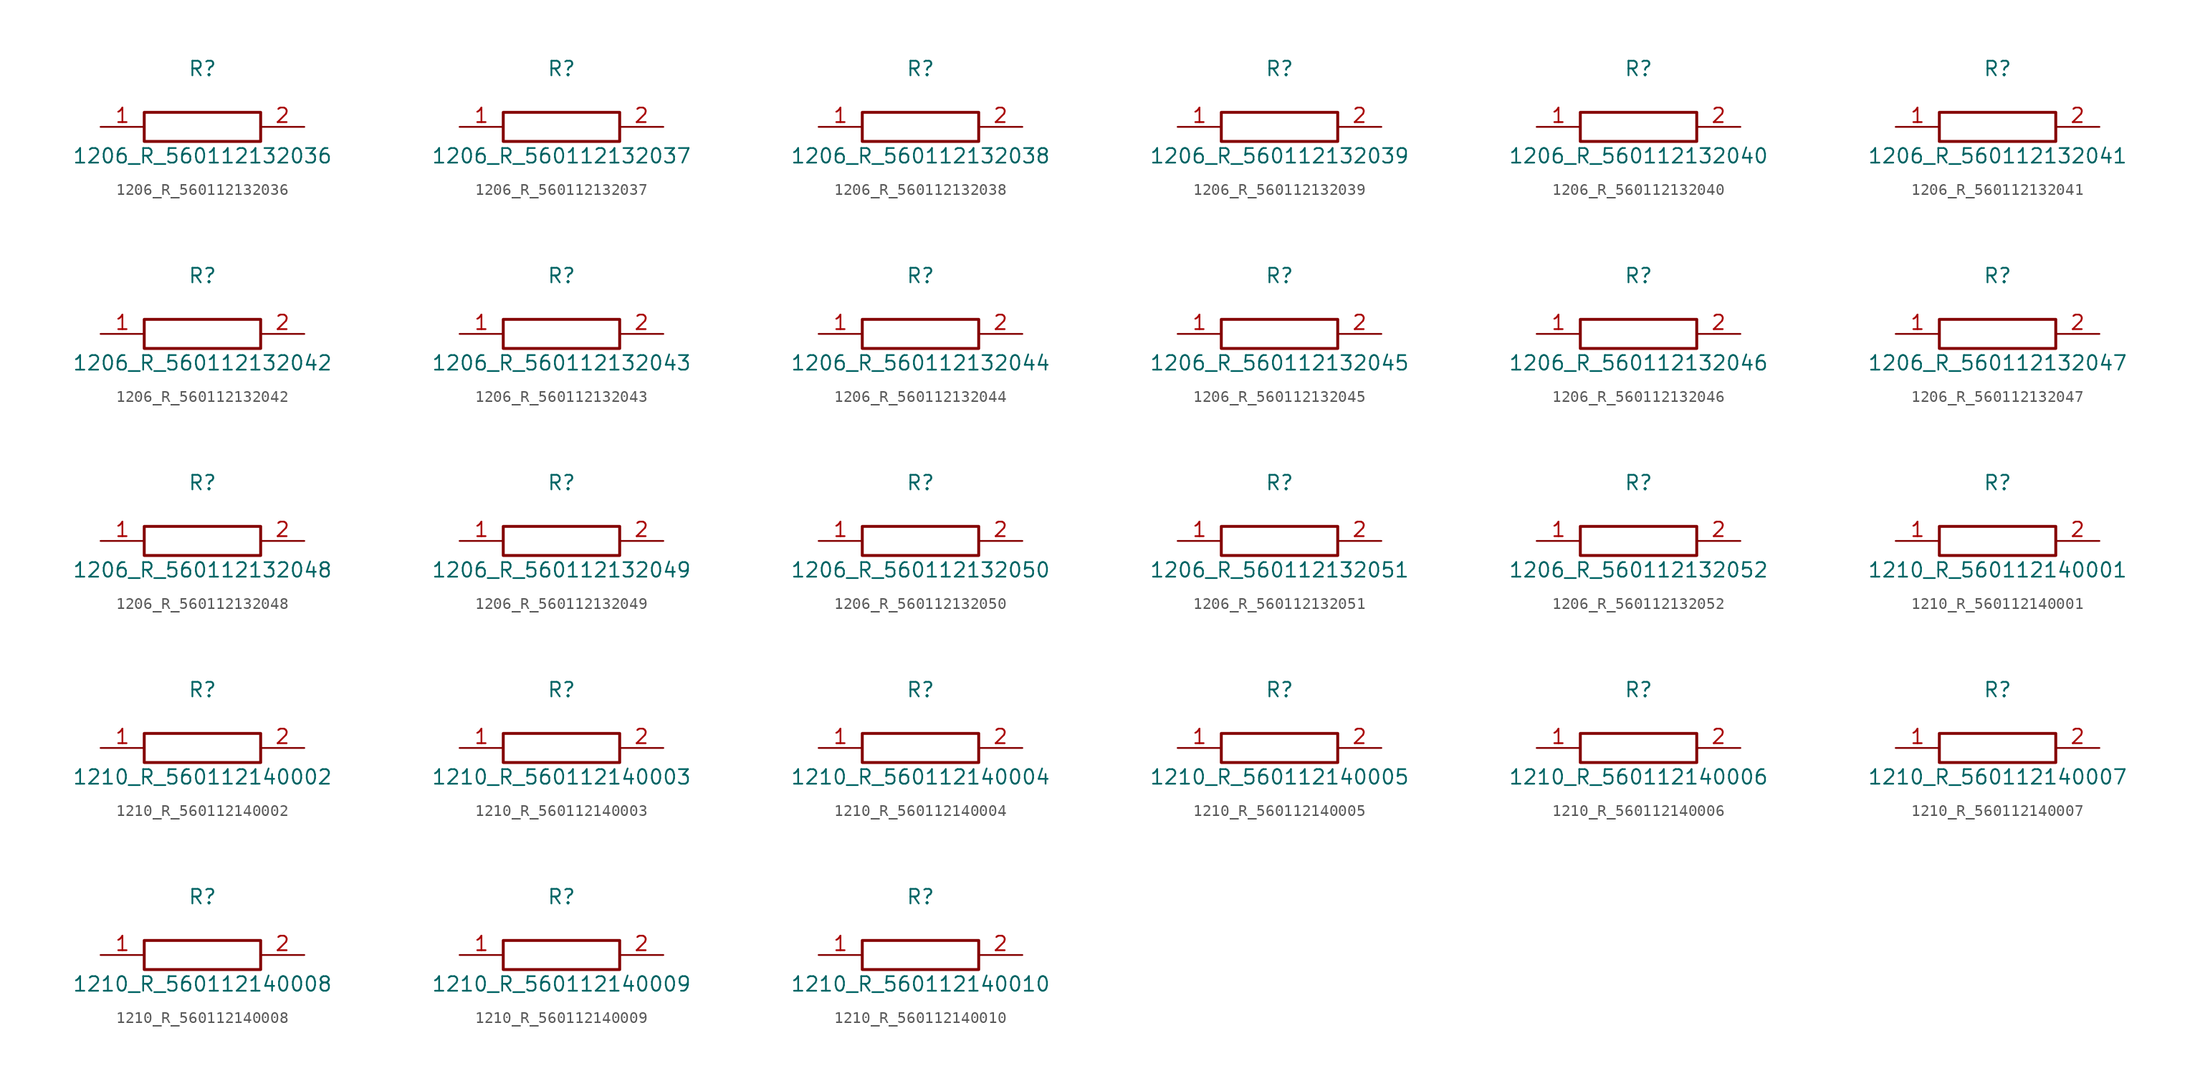
<source format=kicad_sym>
(kicad_symbol_lib
  (version 20211014)
  (generator kicad_symbol_editor)
  (symbol "Resistor_Wurth_WRIS-RSKS:1206_R_560112132036"
    (pin_names hide)
    (property "Reference" "R"
      (at 0 5.08 0)
      (effects (font (size 1.27 1.27))))
    (property "Value" "1206_R_560112132036"
      (at 0 -2.54 0)
      (effects (font (size 1.27 1.27))))
    (symbol "1206_R_560112132036_0_1"
      (rectangle (start -5.08 1.27) (end 5.08 -1.27) (stroke (width 0.254) (type solid)) (fill (type none)))
      (pin passive line (at -8.89 0 0) (length 3.81) (name "1" (effects (font (size 1.27 1.27)))) (number "1" (effects (font (size 1.27 1.27)))))
      (pin passive line (at 8.89 0 180) (length 3.81) (name "2" (effects (font (size 1.27 1.27)))) (number "2" (effects (font (size 1.27 1.27)))))))
  (symbol "Resistor_Wurth_WRIS-RSKS:1206_R_560112132037"
    (pin_names hide)
    (property "Reference" "R"
      (at 0 5.08 0)
      (effects (font (size 1.27 1.27))))
    (property "Value" "1206_R_560112132037"
      (at 0 -2.54 0)
      (effects (font (size 1.27 1.27))))
    (symbol "1206_R_560112132037_0_1"
      (rectangle (start -5.08 1.27) (end 5.08 -1.27) (stroke (width 0.254) (type solid)) (fill (type none)))
      (pin passive line (at -8.89 0 0) (length 3.81) (name "1" (effects (font (size 1.27 1.27)))) (number "1" (effects (font (size 1.27 1.27)))))
      (pin passive line (at 8.89 0 180) (length 3.81) (name "2" (effects (font (size 1.27 1.27)))) (number "2" (effects (font (size 1.27 1.27)))))))
  (symbol "Resistor_Wurth_WRIS-RSKS:1206_R_560112132038"
    (pin_names hide)
    (property "Reference" "R"
      (at 0 5.08 0)
      (effects (font (size 1.27 1.27))))
    (property "Value" "1206_R_560112132038"
      (at 0 -2.54 0)
      (effects (font (size 1.27 1.27))))
    (symbol "1206_R_560112132038_0_1"
      (rectangle (start -5.08 1.27) (end 5.08 -1.27) (stroke (width 0.254) (type solid)) (fill (type none)))
      (pin passive line (at -8.89 0 0) (length 3.81) (name "1" (effects (font (size 1.27 1.27)))) (number "1" (effects (font (size 1.27 1.27)))))
      (pin passive line (at 8.89 0 180) (length 3.81) (name "2" (effects (font (size 1.27 1.27)))) (number "2" (effects (font (size 1.27 1.27)))))))
  (symbol "Resistor_Wurth_WRIS-RSKS:1206_R_560112132039"
    (pin_names hide)
    (property "Reference" "R"
      (at 0 5.08 0)
      (effects (font (size 1.27 1.27))))
    (property "Value" "1206_R_560112132039"
      (at 0 -2.54 0)
      (effects (font (size 1.27 1.27))))
    (symbol "1206_R_560112132039_0_1"
      (rectangle (start -5.08 1.27) (end 5.08 -1.27) (stroke (width 0.254) (type solid)) (fill (type none)))
      (pin passive line (at -8.89 0 0) (length 3.81) (name "1" (effects (font (size 1.27 1.27)))) (number "1" (effects (font (size 1.27 1.27)))))
      (pin passive line (at 8.89 0 180) (length 3.81) (name "2" (effects (font (size 1.27 1.27)))) (number "2" (effects (font (size 1.27 1.27)))))))
  (symbol "Resistor_Wurth_WRIS-RSKS:1206_R_560112132040"
    (pin_names hide)
    (property "Reference" "R"
      (at 0 5.08 0)
      (effects (font (size 1.27 1.27))))
    (property "Value" "1206_R_560112132040"
      (at 0 -2.54 0)
      (effects (font (size 1.27 1.27))))
    (symbol "1206_R_560112132040_0_1"
      (rectangle (start -5.08 1.27) (end 5.08 -1.27) (stroke (width 0.254) (type solid)) (fill (type none)))
      (pin passive line (at -8.89 0 0) (length 3.81) (name "1" (effects (font (size 1.27 1.27)))) (number "1" (effects (font (size 1.27 1.27)))))
      (pin passive line (at 8.89 0 180) (length 3.81) (name "2" (effects (font (size 1.27 1.27)))) (number "2" (effects (font (size 1.27 1.27)))))))
  (symbol "Resistor_Wurth_WRIS-RSKS:1206_R_560112132041"
    (pin_names hide)
    (property "Reference" "R"
      (at 0 5.08 0)
      (effects (font (size 1.27 1.27))))
    (property "Value" "1206_R_560112132041"
      (at 0 -2.54 0)
      (effects (font (size 1.27 1.27))))
    (symbol "1206_R_560112132041_0_1"
      (rectangle (start -5.08 1.27) (end 5.08 -1.27) (stroke (width 0.254) (type solid)) (fill (type none)))
      (pin passive line (at -8.89 0 0) (length 3.81) (name "1" (effects (font (size 1.27 1.27)))) (number "1" (effects (font (size 1.27 1.27)))))
      (pin passive line (at 8.89 0 180) (length 3.81) (name "2" (effects (font (size 1.27 1.27)))) (number "2" (effects (font (size 1.27 1.27)))))))
  (symbol "Resistor_Wurth_WRIS-RSKS:1206_R_560112132042"
    (pin_names hide)
    (property "Reference" "R"
      (at 0 5.08 0)
      (effects (font (size 1.27 1.27))))
    (property "Value" "1206_R_560112132042"
      (at 0 -2.54 0)
      (effects (font (size 1.27 1.27))))
    (symbol "1206_R_560112132042_0_1"
      (rectangle (start -5.08 1.27) (end 5.08 -1.27) (stroke (width 0.254) (type solid)) (fill (type none)))
      (pin passive line (at -8.89 0 0) (length 3.81) (name "1" (effects (font (size 1.27 1.27)))) (number "1" (effects (font (size 1.27 1.27)))))
      (pin passive line (at 8.89 0 180) (length 3.81) (name "2" (effects (font (size 1.27 1.27)))) (number "2" (effects (font (size 1.27 1.27)))))))
  (symbol "Resistor_Wurth_WRIS-RSKS:1206_R_560112132043"
    (pin_names hide)
    (property "Reference" "R"
      (at 0 5.08 0)
      (effects (font (size 1.27 1.27))))
    (property "Value" "1206_R_560112132043"
      (at 0 -2.54 0)
      (effects (font (size 1.27 1.27))))
    (symbol "1206_R_560112132043_0_1"
      (rectangle (start -5.08 1.27) (end 5.08 -1.27) (stroke (width 0.254) (type solid)) (fill (type none)))
      (pin passive line (at -8.89 0 0) (length 3.81) (name "1" (effects (font (size 1.27 1.27)))) (number "1" (effects (font (size 1.27 1.27)))))
      (pin passive line (at 8.89 0 180) (length 3.81) (name "2" (effects (font (size 1.27 1.27)))) (number "2" (effects (font (size 1.27 1.27)))))))
  (symbol "Resistor_Wurth_WRIS-RSKS:1206_R_560112132044"
    (pin_names hide)
    (property "Reference" "R"
      (at 0 5.08 0)
      (effects (font (size 1.27 1.27))))
    (property "Value" "1206_R_560112132044"
      (at 0 -2.54 0)
      (effects (font (size 1.27 1.27))))
    (symbol "1206_R_560112132044_0_1"
      (rectangle (start -5.08 1.27) (end 5.08 -1.27) (stroke (width 0.254) (type solid)) (fill (type none)))
      (pin passive line (at -8.89 0 0) (length 3.81) (name "1" (effects (font (size 1.27 1.27)))) (number "1" (effects (font (size 1.27 1.27)))))
      (pin passive line (at 8.89 0 180) (length 3.81) (name "2" (effects (font (size 1.27 1.27)))) (number "2" (effects (font (size 1.27 1.27)))))))
  (symbol "Resistor_Wurth_WRIS-RSKS:1206_R_560112132045"
    (pin_names hide)
    (property "Reference" "R"
      (at 0 5.08 0)
      (effects (font (size 1.27 1.27))))
    (property "Value" "1206_R_560112132045"
      (at 0 -2.54 0)
      (effects (font (size 1.27 1.27))))
    (symbol "1206_R_560112132045_0_1"
      (rectangle (start -5.08 1.27) (end 5.08 -1.27) (stroke (width 0.254) (type solid)) (fill (type none)))
      (pin passive line (at -8.89 0 0) (length 3.81) (name "1" (effects (font (size 1.27 1.27)))) (number "1" (effects (font (size 1.27 1.27)))))
      (pin passive line (at 8.89 0 180) (length 3.81) (name "2" (effects (font (size 1.27 1.27)))) (number "2" (effects (font (size 1.27 1.27)))))))
  (symbol "Resistor_Wurth_WRIS-RSKS:1206_R_560112132046"
    (pin_names hide)
    (property "Reference" "R"
      (at 0 5.08 0)
      (effects (font (size 1.27 1.27))))
    (property "Value" "1206_R_560112132046"
      (at 0 -2.54 0)
      (effects (font (size 1.27 1.27))))
    (symbol "1206_R_560112132046_0_1"
      (rectangle (start -5.08 1.27) (end 5.08 -1.27) (stroke (width 0.254) (type solid)) (fill (type none)))
      (pin passive line (at -8.89 0 0) (length 3.81) (name "1" (effects (font (size 1.27 1.27)))) (number "1" (effects (font (size 1.27 1.27)))))
      (pin passive line (at 8.89 0 180) (length 3.81) (name "2" (effects (font (size 1.27 1.27)))) (number "2" (effects (font (size 1.27 1.27)))))))
  (symbol "Resistor_Wurth_WRIS-RSKS:1206_R_560112132047"
    (pin_names hide)
    (property "Reference" "R"
      (at 0 5.08 0)
      (effects (font (size 1.27 1.27))))
    (property "Value" "1206_R_560112132047"
      (at 0 -2.54 0)
      (effects (font (size 1.27 1.27))))
    (symbol "1206_R_560112132047_0_1"
      (rectangle (start -5.08 1.27) (end 5.08 -1.27) (stroke (width 0.254) (type solid)) (fill (type none)))
      (pin passive line (at -8.89 0 0) (length 3.81) (name "1" (effects (font (size 1.27 1.27)))) (number "1" (effects (font (size 1.27 1.27)))))
      (pin passive line (at 8.89 0 180) (length 3.81) (name "2" (effects (font (size 1.27 1.27)))) (number "2" (effects (font (size 1.27 1.27)))))))
  (symbol "Resistor_Wurth_WRIS-RSKS:1206_R_560112132048"
    (pin_names hide)
    (property "Reference" "R"
      (at 0 5.08 0)
      (effects (font (size 1.27 1.27))))
    (property "Value" "1206_R_560112132048"
      (at 0 -2.54 0)
      (effects (font (size 1.27 1.27))))
    (symbol "1206_R_560112132048_0_1"
      (rectangle (start -5.08 1.27) (end 5.08 -1.27) (stroke (width 0.254) (type solid)) (fill (type none)))
      (pin passive line (at -8.89 0 0) (length 3.81) (name "1" (effects (font (size 1.27 1.27)))) (number "1" (effects (font (size 1.27 1.27)))))
      (pin passive line (at 8.89 0 180) (length 3.81) (name "2" (effects (font (size 1.27 1.27)))) (number "2" (effects (font (size 1.27 1.27)))))))
  (symbol "Resistor_Wurth_WRIS-RSKS:1206_R_560112132049"
    (pin_names hide)
    (property "Reference" "R"
      (at 0 5.08 0)
      (effects (font (size 1.27 1.27))))
    (property "Value" "1206_R_560112132049"
      (at 0 -2.54 0)
      (effects (font (size 1.27 1.27))))
    (symbol "1206_R_560112132049_0_1"
      (rectangle (start -5.08 1.27) (end 5.08 -1.27) (stroke (width 0.254) (type solid)) (fill (type none)))
      (pin passive line (at -8.89 0 0) (length 3.81) (name "1" (effects (font (size 1.27 1.27)))) (number "1" (effects (font (size 1.27 1.27)))))
      (pin passive line (at 8.89 0 180) (length 3.81) (name "2" (effects (font (size 1.27 1.27)))) (number "2" (effects (font (size 1.27 1.27)))))))
  (symbol "Resistor_Wurth_WRIS-RSKS:1206_R_560112132050"
    (pin_names hide)
    (property "Reference" "R"
      (at 0 5.08 0)
      (effects (font (size 1.27 1.27))))
    (property "Value" "1206_R_560112132050"
      (at 0 -2.54 0)
      (effects (font (size 1.27 1.27))))
    (symbol "1206_R_560112132050_0_1"
      (rectangle (start -5.08 1.27) (end 5.08 -1.27) (stroke (width 0.254) (type solid)) (fill (type none)))
      (pin passive line (at -8.89 0 0) (length 3.81) (name "1" (effects (font (size 1.27 1.27)))) (number "1" (effects (font (size 1.27 1.27)))))
      (pin passive line (at 8.89 0 180) (length 3.81) (name "2" (effects (font (size 1.27 1.27)))) (number "2" (effects (font (size 1.27 1.27)))))))
  (symbol "Resistor_Wurth_WRIS-RSKS:1206_R_560112132051"
    (pin_names hide)
    (property "Reference" "R"
      (at 0 5.08 0)
      (effects (font (size 1.27 1.27))))
    (property "Value" "1206_R_560112132051"
      (at 0 -2.54 0)
      (effects (font (size 1.27 1.27))))
    (symbol "1206_R_560112132051_0_1"
      (rectangle (start -5.08 1.27) (end 5.08 -1.27) (stroke (width 0.254) (type solid)) (fill (type none)))
      (pin passive line (at -8.89 0 0) (length 3.81) (name "1" (effects (font (size 1.27 1.27)))) (number "1" (effects (font (size 1.27 1.27)))))
      (pin passive line (at 8.89 0 180) (length 3.81) (name "2" (effects (font (size 1.27 1.27)))) (number "2" (effects (font (size 1.27 1.27)))))))
  (symbol "Resistor_Wurth_WRIS-RSKS:1206_R_560112132052"
    (pin_names hide)
    (property "Reference" "R"
      (at 0 5.08 0)
      (effects (font (size 1.27 1.27))))
    (property "Value" "1206_R_560112132052"
      (at 0 -2.54 0)
      (effects (font (size 1.27 1.27))))
    (symbol "1206_R_560112132052_0_1"
      (rectangle (start -5.08 1.27) (end 5.08 -1.27) (stroke (width 0.254) (type solid)) (fill (type none)))
      (pin passive line (at -8.89 0 0) (length 3.81) (name "1" (effects (font (size 1.27 1.27)))) (number "1" (effects (font (size 1.27 1.27)))))
      (pin passive line (at 8.89 0 180) (length 3.81) (name "2" (effects (font (size 1.27 1.27)))) (number "2" (effects (font (size 1.27 1.27)))))))
  (symbol "Resistor_Wurth_WRIS-RSKS:1210_R_560112140001"
    (pin_names hide)
    (property "Reference" "R"
      (at 0 5.08 0)
      (effects (font (size 1.27 1.27))))
    (property "Value" "1210_R_560112140001"
      (at 0 -2.54 0)
      (effects (font (size 1.27 1.27))))
    (symbol "1210_R_560112140001_0_1"
      (rectangle (start -5.08 1.27) (end 5.08 -1.27) (stroke (width 0.254) (type solid)) (fill (type none)))
      (pin passive line (at -8.89 0 0) (length 3.81) (name "1" (effects (font (size 1.27 1.27)))) (number "1" (effects (font (size 1.27 1.27)))))
      (pin passive line (at 8.89 0 180) (length 3.81) (name "2" (effects (font (size 1.27 1.27)))) (number "2" (effects (font (size 1.27 1.27)))))))
  (symbol "Resistor_Wurth_WRIS-RSKS:1210_R_560112140002"
    (pin_names hide)
    (property "Reference" "R"
      (at 0 5.08 0)
      (effects (font (size 1.27 1.27))))
    (property "Value" "1210_R_560112140002"
      (at 0 -2.54 0)
      (effects (font (size 1.27 1.27))))
    (symbol "1210_R_560112140002_0_1"
      (rectangle (start -5.08 1.27) (end 5.08 -1.27) (stroke (width 0.254) (type solid)) (fill (type none)))
      (pin passive line (at -8.89 0 0) (length 3.81) (name "1" (effects (font (size 1.27 1.27)))) (number "1" (effects (font (size 1.27 1.27)))))
      (pin passive line (at 8.89 0 180) (length 3.81) (name "2" (effects (font (size 1.27 1.27)))) (number "2" (effects (font (size 1.27 1.27)))))))
  (symbol "Resistor_Wurth_WRIS-RSKS:1210_R_560112140003"
    (pin_names hide)
    (property "Reference" "R"
      (at 0 5.08 0)
      (effects (font (size 1.27 1.27))))
    (property "Value" "1210_R_560112140003"
      (at 0 -2.54 0)
      (effects (font (size 1.27 1.27))))
    (symbol "1210_R_560112140003_0_1"
      (rectangle (start -5.08 1.27) (end 5.08 -1.27) (stroke (width 0.254) (type solid)) (fill (type none)))
      (pin passive line (at -8.89 0 0) (length 3.81) (name "1" (effects (font (size 1.27 1.27)))) (number "1" (effects (font (size 1.27 1.27)))))
      (pin passive line (at 8.89 0 180) (length 3.81) (name "2" (effects (font (size 1.27 1.27)))) (number "2" (effects (font (size 1.27 1.27)))))))
  (symbol "Resistor_Wurth_WRIS-RSKS:1210_R_560112140004"
    (pin_names hide)
    (property "Reference" "R"
      (at 0 5.08 0)
      (effects (font (size 1.27 1.27))))
    (property "Value" "1210_R_560112140004"
      (at 0 -2.54 0)
      (effects (font (size 1.27 1.27))))
    (symbol "1210_R_560112140004_0_1"
      (rectangle (start -5.08 1.27) (end 5.08 -1.27) (stroke (width 0.254) (type solid)) (fill (type none)))
      (pin passive line (at -8.89 0 0) (length 3.81) (name "1" (effects (font (size 1.27 1.27)))) (number "1" (effects (font (size 1.27 1.27)))))
      (pin passive line (at 8.89 0 180) (length 3.81) (name "2" (effects (font (size 1.27 1.27)))) (number "2" (effects (font (size 1.27 1.27)))))))
  (symbol "Resistor_Wurth_WRIS-RSKS:1210_R_560112140005"
    (pin_names hide)
    (property "Reference" "R"
      (at 0 5.08 0)
      (effects (font (size 1.27 1.27))))
    (property "Value" "1210_R_560112140005"
      (at 0 -2.54 0)
      (effects (font (size 1.27 1.27))))
    (symbol "1210_R_560112140005_0_1"
      (rectangle (start -5.08 1.27) (end 5.08 -1.27) (stroke (width 0.254) (type solid)) (fill (type none)))
      (pin passive line (at -8.89 0 0) (length 3.81) (name "1" (effects (font (size 1.27 1.27)))) (number "1" (effects (font (size 1.27 1.27)))))
      (pin passive line (at 8.89 0 180) (length 3.81) (name "2" (effects (font (size 1.27 1.27)))) (number "2" (effects (font (size 1.27 1.27)))))))
  (symbol "Resistor_Wurth_WRIS-RSKS:1210_R_560112140006"
    (pin_names hide)
    (property "Reference" "R"
      (at 0 5.08 0)
      (effects (font (size 1.27 1.27))))
    (property "Value" "1210_R_560112140006"
      (at 0 -2.54 0)
      (effects (font (size 1.27 1.27))))
    (symbol "1210_R_560112140006_0_1"
      (rectangle (start -5.08 1.27) (end 5.08 -1.27) (stroke (width 0.254) (type solid)) (fill (type none)))
      (pin passive line (at -8.89 0 0) (length 3.81) (name "1" (effects (font (size 1.27 1.27)))) (number "1" (effects (font (size 1.27 1.27)))))
      (pin passive line (at 8.89 0 180) (length 3.81) (name "2" (effects (font (size 1.27 1.27)))) (number "2" (effects (font (size 1.27 1.27)))))))
  (symbol "Resistor_Wurth_WRIS-RSKS:1210_R_560112140007"
    (pin_names hide)
    (property "Reference" "R"
      (at 0 5.08 0)
      (effects (font (size 1.27 1.27))))
    (property "Value" "1210_R_560112140007"
      (at 0 -2.54 0)
      (effects (font (size 1.27 1.27))))
    (symbol "1210_R_560112140007_0_1"
      (rectangle (start -5.08 1.27) (end 5.08 -1.27) (stroke (width 0.254) (type solid)) (fill (type none)))
      (pin passive line (at -8.89 0 0) (length 3.81) (name "1" (effects (font (size 1.27 1.27)))) (number "1" (effects (font (size 1.27 1.27)))))
      (pin passive line (at 8.89 0 180) (length 3.81) (name "2" (effects (font (size 1.27 1.27)))) (number "2" (effects (font (size 1.27 1.27)))))))
  (symbol "Resistor_Wurth_WRIS-RSKS:1210_R_560112140008"
    (pin_names hide)
    (property "Reference" "R"
      (at 0 5.08 0)
      (effects (font (size 1.27 1.27))))
    (property "Value" "1210_R_560112140008"
      (at 0 -2.54 0)
      (effects (font (size 1.27 1.27))))
    (symbol "1210_R_560112140008_0_1"
      (rectangle (start -5.08 1.27) (end 5.08 -1.27) (stroke (width 0.254) (type solid)) (fill (type none)))
      (pin passive line (at -8.89 0 0) (length 3.81) (name "1" (effects (font (size 1.27 1.27)))) (number "1" (effects (font (size 1.27 1.27)))))
      (pin passive line (at 8.89 0 180) (length 3.81) (name "2" (effects (font (size 1.27 1.27)))) (number "2" (effects (font (size 1.27 1.27)))))))
  (symbol "Resistor_Wurth_WRIS-RSKS:1210_R_560112140009"
    (pin_names hide)
    (property "Reference" "R"
      (at 0 5.08 0)
      (effects (font (size 1.27 1.27))))
    (property "Value" "1210_R_560112140009"
      (at 0 -2.54 0)
      (effects (font (size 1.27 1.27))))
    (symbol "1210_R_560112140009_0_1"
      (rectangle (start -5.08 1.27) (end 5.08 -1.27) (stroke (width 0.254) (type solid)) (fill (type none)))
      (pin passive line (at -8.89 0 0) (length 3.81) (name "1" (effects (font (size 1.27 1.27)))) (number "1" (effects (font (size 1.27 1.27)))))
      (pin passive line (at 8.89 0 180) (length 3.81) (name "2" (effects (font (size 1.27 1.27)))) (number "2" (effects (font (size 1.27 1.27)))))))
  (symbol "Resistor_Wurth_WRIS-RSKS:1210_R_560112140010"
    (pin_names hide)
    (property "Reference" "R"
      (at 0 5.08 0)
      (effects (font (size 1.27 1.27))))
    (property "Value" "1210_R_560112140010"
      (at 0 -2.54 0)
      (effects (font (size 1.27 1.27))))
    (symbol "1210_R_560112140010_0_1"
      (rectangle (start -5.08 1.27) (end 5.08 -1.27) (stroke (width 0.254) (type solid)) (fill (type none)))
      (pin passive line (at -8.89 0 0) (length 3.81) (name "1" (effects (font (size 1.27 1.27)))) (number "1" (effects (font (size 1.27 1.27)))))
      (pin passive line (at 8.89 0 180) (length 3.81) (name "2" (effects (font (size 1.27 1.27)))) (number "2" (effects (font (size 1.27 1.27))))))))
</source>
